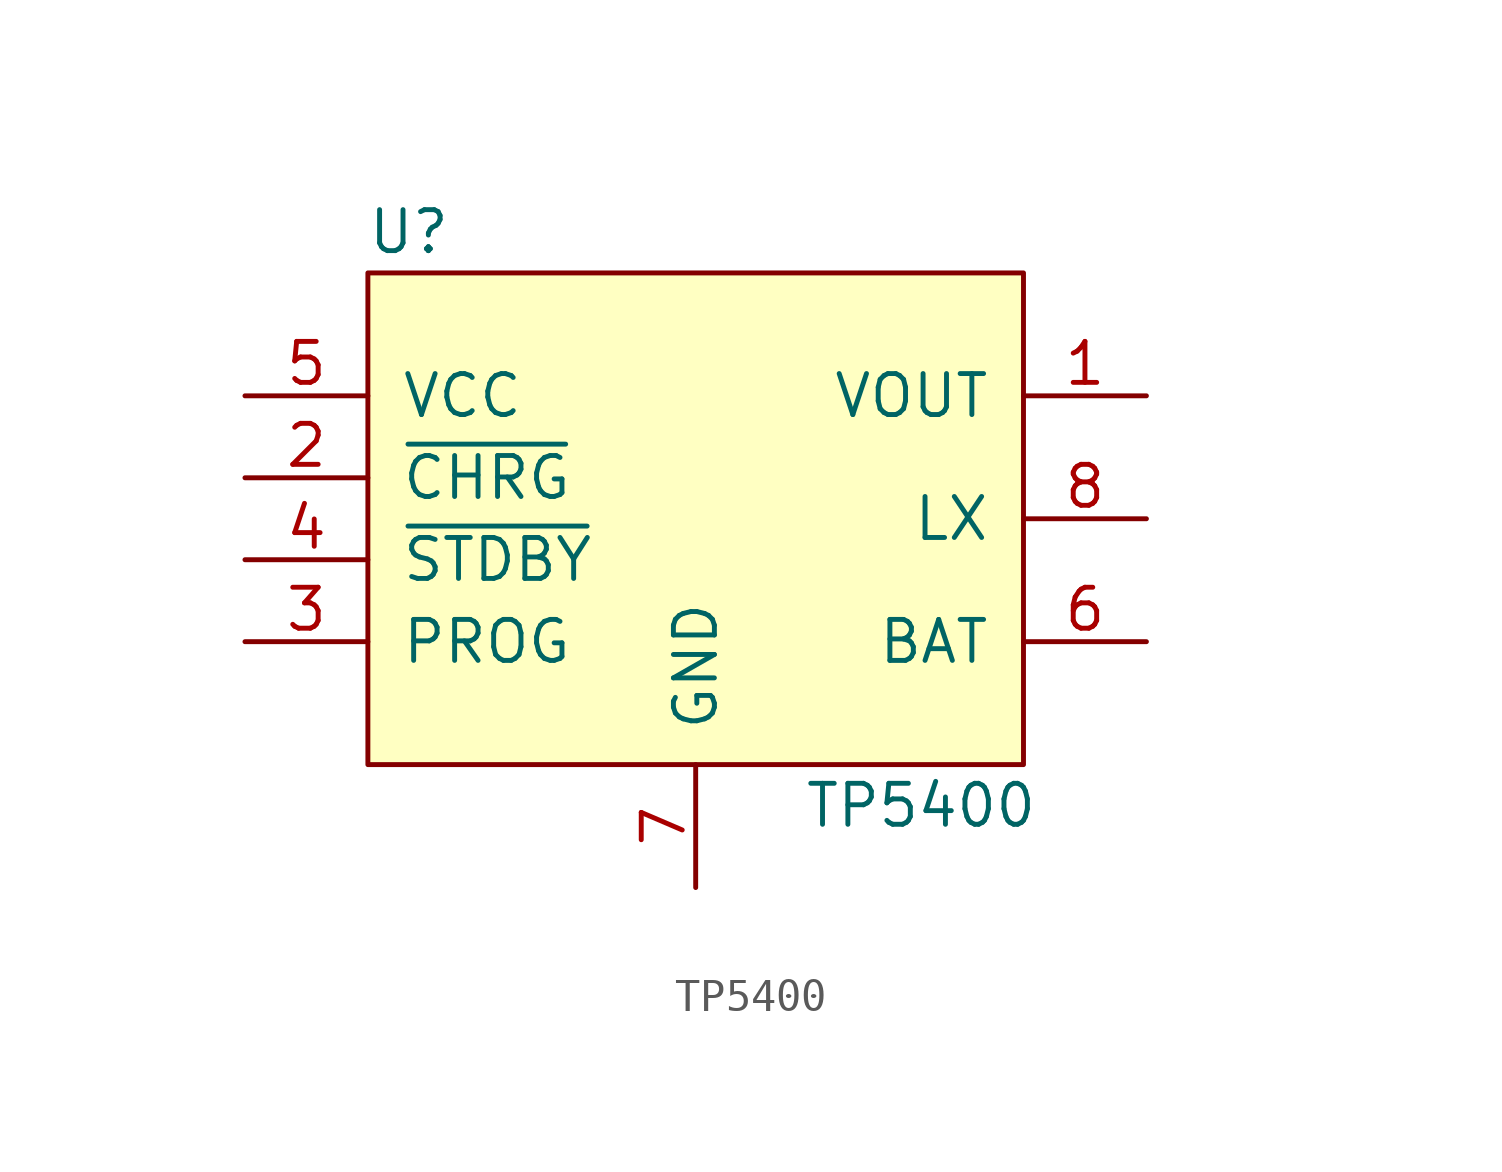
<source format=kicad_sym>
(kicad_symbol_lib
  (version 20220914)
  (generator kicad_symbol_editor)
  (symbol "TP5400"
    (pin_names
      (offset 1.016))
    (property "Reference" "U"
      (at -8.89 8.89 0)
      (effects (font (size 1.27 1.27))))
    (property "Value" "TP5400"
      (at 6.985 -8.89 0)
      (effects (font (size 1.27 1.27))))
    (symbol "TP5400_1_0"
      (rectangle (start -10.16 -7.62) (end 10.16 7.62) (stroke (width 0) (type solid)) (fill (type none))))
    (symbol "TP5400_1_1"
      (rectangle (start -10.16 7.62) (end 10.16 -7.62) (stroke (width -0.0001) (type default)) (fill (type background)))
      (rectangle (start -10.16 7.62) (end 17.78 7.62) (stroke (width -0.0001) (type default)) (fill (type background)))
      (pin power_out line (at 13.97 3.81 180) (length 3.81) (name "VOUT" (effects (font (size 1.27 1.27)))) (number "1" (effects (font (size 1.27 1.27)))))
      (pin output line (at -13.97 1.27 0) (length 3.81) (name "~{CHRG}" (effects (font (size 1.27 1.27)))) (number "2" (effects (font (size 1.27 1.27)))))
      (pin passive line (at -13.97 -3.81 0) (length 3.81) (name "PROG" (effects (font (size 1.27 1.27)))) (number "3" (effects (font (size 1.27 1.27)))))
      (pin output line (at -13.97 -1.27 0) (length 3.81) (name "~{STDBY}" (effects (font (size 1.27 1.27)))) (number "4" (effects (font (size 1.27 1.27)))))
      (pin power_in line (at -13.97 3.81 0) (length 3.81) (name "VCC" (effects (font (size 1.27 1.27)))) (number "5" (effects (font (size 1.27 1.27)))))
      (pin power_out line (at 13.97 -3.81 180) (length 3.81) (name "BAT" (effects (font (size 1.27 1.27)))) (number "6" (effects (font (size 1.27 1.27)))))
      (pin power_in line (at 0 -11.43 90) (length 3.81) (name "GND" (effects (font (size 1.27 1.27)))) (number "7" (effects (font (size 1.27 1.27)))))
      (pin passive line (at 13.97 0 180) (length 3.81) (name "LX" (effects (font (size 1.27 1.27)))) (number "8" (effects (font (size 1.27 1.27))))))))
</source>
